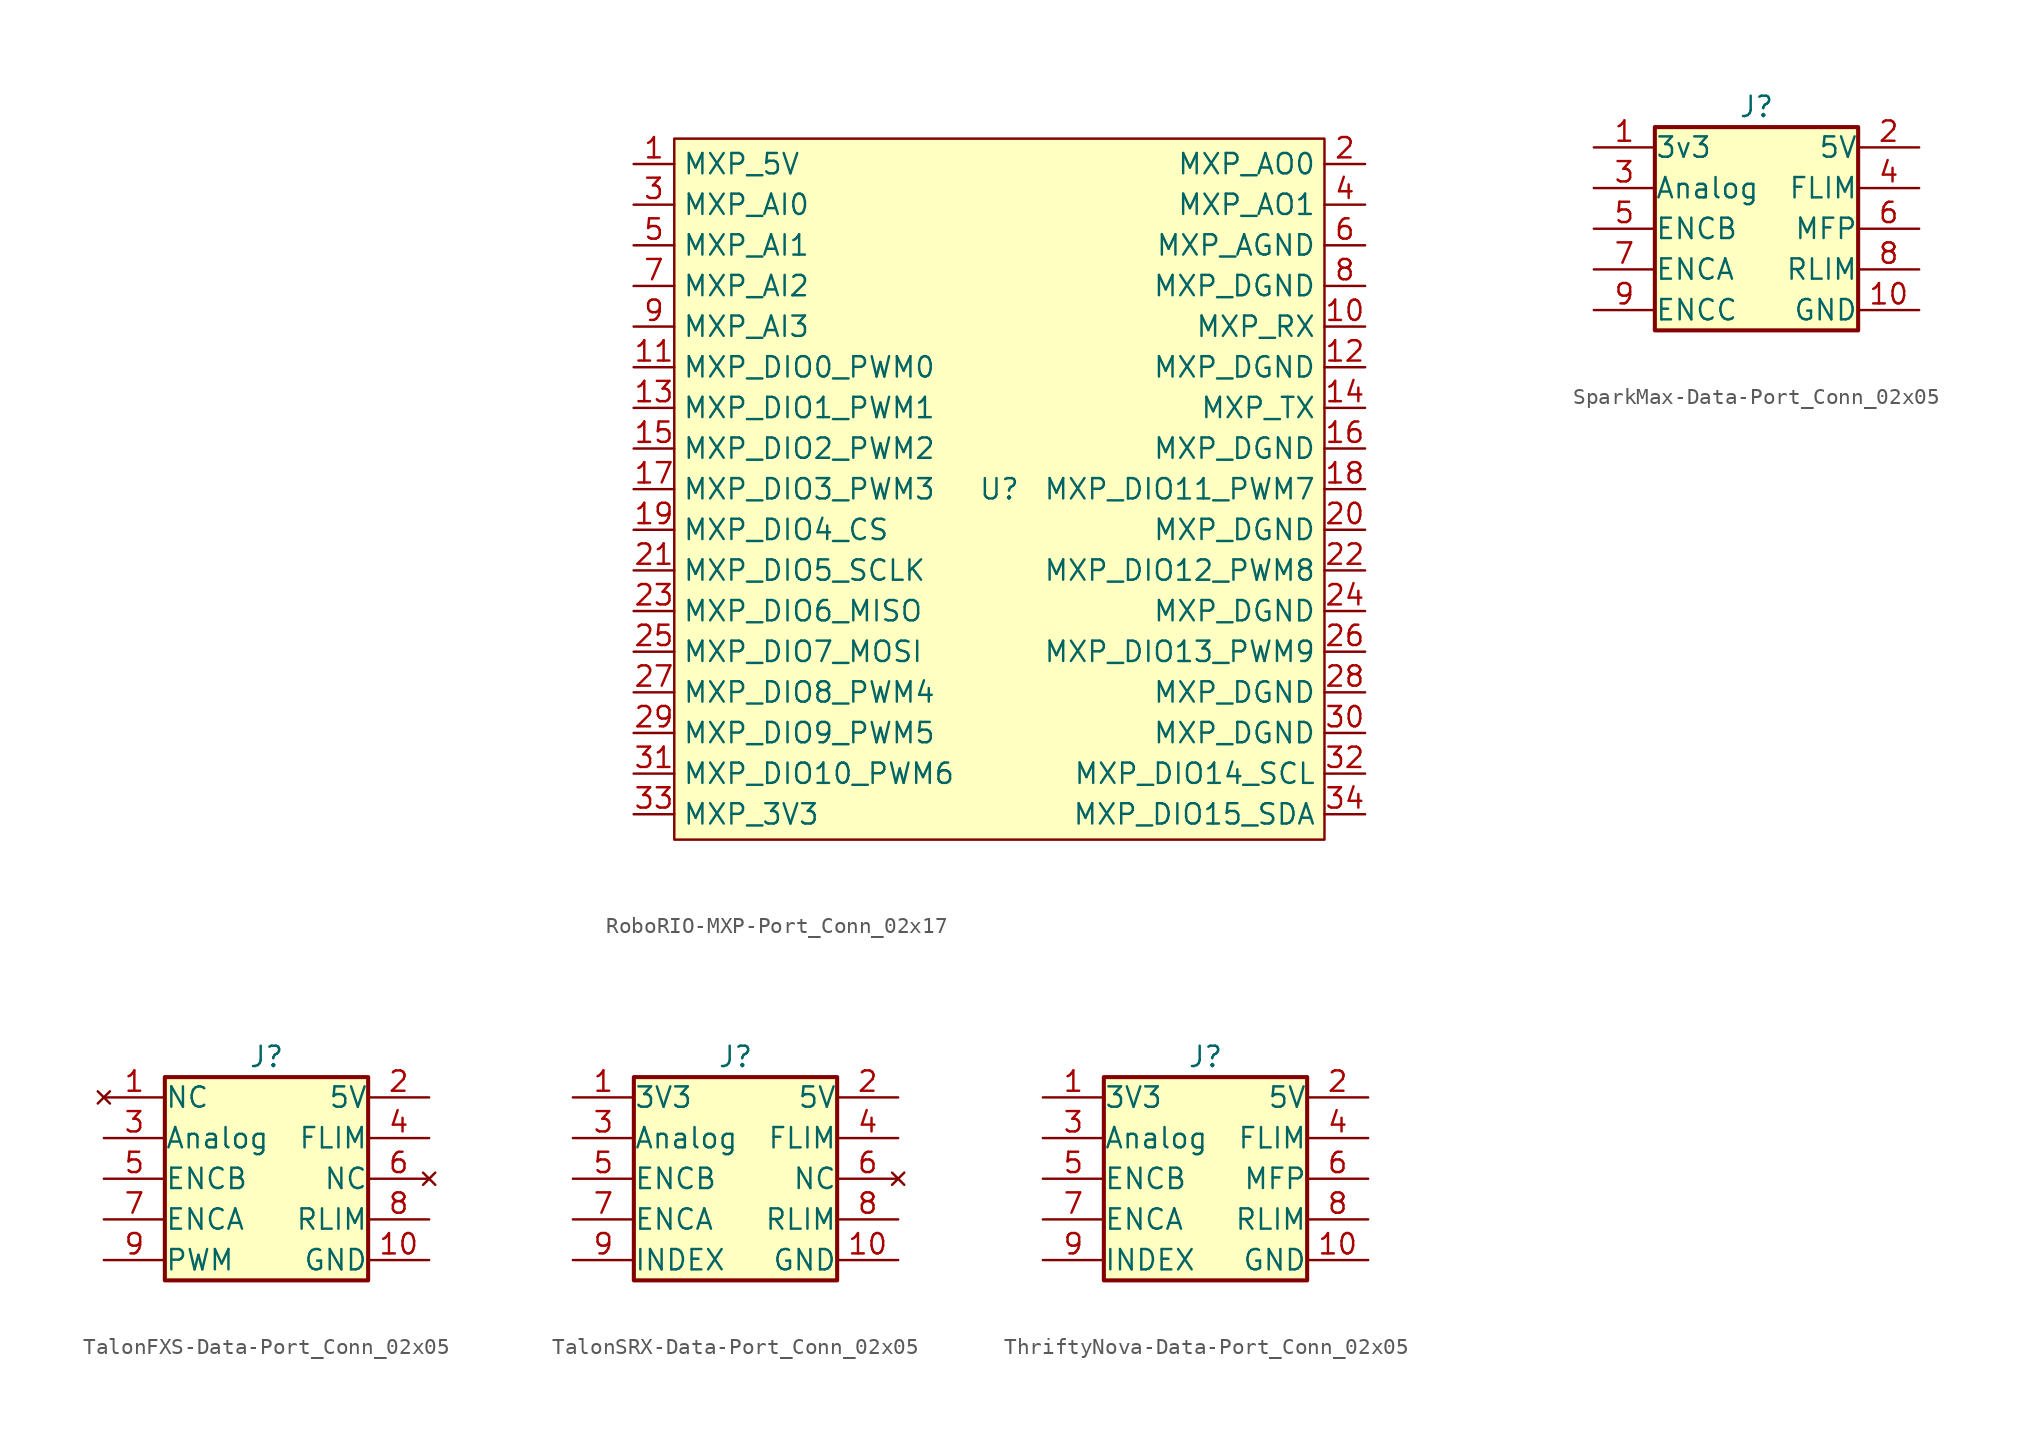
<source format=kicad_sym>
(kicad_symbol_lib
  (version 20241209)
  (generator "kicad_symbol_editor")
  (generator_version "9.0")
  (symbol "RoboRIO-MXP-Port_Conn_02x17"
    (property "Reference" "U"
      (at 0 0 0)
      (effects (font (size 1.27 1.27))))
    (property "Value" ""
      (at -50.8 -7.62 0)
      (effects (font (size 1.27 1.27))))
    (symbol "RoboRIO-MXP-Port_Conn_02x17_1_1"
      (rectangle (start -20.32 21.907) (end 20.32 -21.907) (stroke (width 0) (type default)) (fill (type background)))
      (pin power_out line (at -22.86 20.32 0) (length 2.54) (name "MXP_5V" (effects (font (size 1.27 1.27)))) (number "1" (effects (font (size 1.27 1.27)))))
      (pin input line (at -22.86 17.78 0) (length 2.54) (name "MXP_AI0" (effects (font (size 1.27 1.27)))) (number "3" (effects (font (size 1.27 1.27)))))
      (pin input line (at -22.86 15.24 0) (length 2.54) (name "MXP_AI1" (effects (font (size 1.27 1.27)))) (number "5" (effects (font (size 1.27 1.27)))))
      (pin input line (at -22.86 12.7 0) (length 2.54) (name "MXP_AI2" (effects (font (size 1.27 1.27)))) (number "7" (effects (font (size 1.27 1.27)))))
      (pin input line (at -22.86 10.16 0) (length 2.54) (name "MXP_AI3" (effects (font (size 1.27 1.27)))) (number "9" (effects (font (size 1.27 1.27)))))
      (pin tri_state line (at -22.86 7.62 0) (length 2.54) (name "MXP_DIO0_PWM0" (effects (font (size 1.27 1.27)))) (number "11" (effects (font (size 1.27 1.27)))))
      (pin tri_state line (at -22.86 5.08 0) (length 2.54) (name "MXP_DIO1_PWM1" (effects (font (size 1.27 1.27)))) (number "13" (effects (font (size 1.27 1.27)))))
      (pin tri_state line (at -22.86 2.54 0) (length 2.54) (name "MXP_DIO2_PWM2" (effects (font (size 1.27 1.27)))) (number "15" (effects (font (size 1.27 1.27)))))
      (pin tri_state line (at -22.86 0 0) (length 2.54) (name "MXP_DIO3_PWM3" (effects (font (size 1.27 1.27)))) (number "17" (effects (font (size 1.27 1.27)))))
      (pin tri_state line (at -22.86 -2.54 0) (length 2.54) (name "MXP_DIO4_CS" (effects (font (size 1.27 1.27)))) (number "19" (effects (font (size 1.27 1.27)))))
      (pin tri_state line (at -22.86 -5.08 0) (length 2.54) (name "MXP_DIO5_SCLK" (effects (font (size 1.27 1.27)))) (number "21" (effects (font (size 1.27 1.27)))))
      (pin tri_state line (at -22.86 -7.62 0) (length 2.54) (name "MXP_DIO6_MISO" (effects (font (size 1.27 1.27)))) (number "23" (effects (font (size 1.27 1.27)))))
      (pin tri_state line (at -22.86 -10.16 0) (length 2.54) (name "MXP_DIO7_MOSI" (effects (font (size 1.27 1.27)))) (number "25" (effects (font (size 1.27 1.27)))))
      (pin tri_state line (at -22.86 -12.7 0) (length 2.54) (name "MXP_DIO8_PWM4" (effects (font (size 1.27 1.27)))) (number "27" (effects (font (size 1.27 1.27)))))
      (pin tri_state line (at -22.86 -15.24 0) (length 2.54) (name "MXP_DIO9_PWM5" (effects (font (size 1.27 1.27)))) (number "29" (effects (font (size 1.27 1.27)))))
      (pin tri_state line (at -22.86 -17.78 0) (length 2.54) (name "MXP_DIO10_PWM6" (effects (font (size 1.27 1.27)))) (number "31" (effects (font (size 1.27 1.27)))))
      (pin power_out line (at -22.86 -20.32 0) (length 2.54) (name "MXP_3V3" (effects (font (size 1.27 1.27)))) (number "33" (effects (font (size 1.27 1.27)))))
      (pin output line (at 22.86 20.32 180) (length 2.54) (name "MXP_AO0" (effects (font (size 1.27 1.27)))) (number "2" (effects (font (size 1.27 1.27)))))
      (pin output line (at 22.86 17.78 180) (length 2.54) (name "MXP_AO1" (effects (font (size 1.27 1.27)))) (number "4" (effects (font (size 1.27 1.27)))))
      (pin input line (at 22.86 15.24 180) (length 2.54) (name "MXP_AGND" (effects (font (size 1.27 1.27)))) (number "6" (effects (font (size 1.27 1.27)))))
      (pin power_in line (at 22.86 12.7 180) (length 2.54) (name "MXP_DGND" (effects (font (size 1.27 1.27)))) (number "8" (effects (font (size 1.27 1.27)))))
      (pin input line (at 22.86 10.16 180) (length 2.54) (name "MXP_RX" (effects (font (size 1.27 1.27)))) (number "10" (effects (font (size 1.27 1.27)))))
      (pin power_in line (at 22.86 7.62 180) (length 2.54) (name "MXP_DGND" (effects (font (size 1.27 1.27)))) (number "12" (effects (font (size 1.27 1.27)))))
      (pin output line (at 22.86 5.08 180) (length 2.54) (name "MXP_TX" (effects (font (size 1.27 1.27)))) (number "14" (effects (font (size 1.27 1.27)))))
      (pin power_in line (at 22.86 2.54 180) (length 2.54) (name "MXP_DGND" (effects (font (size 1.27 1.27)))) (number "16" (effects (font (size 1.27 1.27)))))
      (pin tri_state line (at 22.86 0 180) (length 2.54) (name "MXP_DIO11_PWM7" (effects (font (size 1.27 1.27)))) (number "18" (effects (font (size 1.27 1.27)))))
      (pin power_in line (at 22.86 -2.54 180) (length 2.54) (name "MXP_DGND" (effects (font (size 1.27 1.27)))) (number "20" (effects (font (size 1.27 1.27)))))
      (pin tri_state line (at 22.86 -5.08 180) (length 2.54) (name "MXP_DIO12_PWM8" (effects (font (size 1.27 1.27)))) (number "22" (effects (font (size 1.27 1.27)))))
      (pin power_in line (at 22.86 -7.62 180) (length 2.54) (name "MXP_DGND" (effects (font (size 1.27 1.27)))) (number "24" (effects (font (size 1.27 1.27)))))
      (pin tri_state line (at 22.86 -10.16 180) (length 2.54) (name "MXP_DIO13_PWM9" (effects (font (size 1.27 1.27)))) (number "26" (effects (font (size 1.27 1.27)))))
      (pin power_in line (at 22.86 -12.7 180) (length 2.54) (name "MXP_DGND" (effects (font (size 1.27 1.27)))) (number "28" (effects (font (size 1.27 1.27)))))
      (pin power_in line (at 22.86 -15.24 180) (length 2.54) (name "MXP_DGND" (effects (font (size 1.27 1.27)))) (number "30" (effects (font (size 1.27 1.27)))))
      (pin tri_state line (at 22.86 -17.78 180) (length 2.54) (name "MXP_DIO14_SCL" (effects (font (size 1.27 1.27)))) (number "32" (effects (font (size 1.27 1.27)))))
      (pin tri_state line (at 22.86 -20.32 180) (length 2.54) (name "MXP_DIO15_SDA" (effects (font (size 1.27 1.27)))) (number "34" (effects (font (size 1.27 1.27)))))))
  (symbol "SparkMax-Data-Port_Conn_02x05"
    (pin_names
      (offset 0.002))
    (property "Reference" "J"
      (at 0 7.62 0)
      (effects (font (size 1.27 1.27))))
    (property "Value" ""
      (at 0 -7.62 0)
      (effects (font (size 1.27 1.27))))
    (symbol "SparkMax-Data-Port_Conn_02x05_1_1"
      (rectangle (start -6.35 6.35) (end 6.35 -6.35) (stroke (width 0.254) (type default)) (fill (type background)))
      (pin power_out line (at -10.16 5.08 0) (length 3.81) (name "3v3" (effects (font (size 1.27 1.27)))) (number "1" (effects (font (size 1.27 1.27)))))
      (pin input line (at -10.16 2.54 0) (length 3.81) (name "Analog" (effects (font (size 1.27 1.27)))) (number "3" (effects (font (size 1.27 1.27)))))
      (pin input line (at -10.16 0 0) (length 3.81) (name "ENCB" (effects (font (size 1.27 1.27)))) (number "5" (effects (font (size 1.27 1.27)))))
      (pin input line (at -10.16 -2.54 0) (length 3.81) (name "ENCA" (effects (font (size 1.27 1.27)))) (number "7" (effects (font (size 1.27 1.27)))))
      (pin input line (at -10.16 -5.08 0) (length 3.81) (name "ENCC" (effects (font (size 1.27 1.27)))) (number "9" (effects (font (size 1.27 1.27)))))
      (pin power_out line (at 10.16 5.08 180) (length 3.81) (name "5V" (effects (font (size 1.27 1.27)))) (number "2" (effects (font (size 1.27 1.27)))))
      (pin input line (at 10.16 2.54 180) (length 3.81) (name "FLIM" (effects (font (size 1.27 1.27)))) (number "4" (effects (font (size 1.27 1.27)))))
      (pin unspecified line (at 10.16 0 180) (length 3.81) (name "MFP" (effects (font (size 1.27 1.27)))) (number "6" (effects (font (size 1.27 1.27)))))
      (pin input line (at 10.16 -2.54 180) (length 3.81) (name "RLIM" (effects (font (size 1.27 1.27)))) (number "8" (effects (font (size 1.27 1.27)))))
      (pin free line (at 10.16 -5.08 180) (length 3.81) (name "GND" (effects (font (size 1.27 1.27)))) (number "10" (effects (font (size 1.27 1.27)))))))
  (symbol "TalonFXS-Data-Port_Conn_02x05"
    (pin_names
      (offset 0.002))
    (property "Reference" "J"
      (at 0 7.62 0)
      (effects (font (size 1.27 1.27))))
    (property "Value" ""
      (at 0 -7.62 0)
      (effects (font (size 1.27 1.27))))
    (symbol "TalonFXS-Data-Port_Conn_02x05_1_1"
      (rectangle (start -6.35 6.35) (end 6.35 -6.35) (stroke (width 0.254) (type default)) (fill (type background)))
      (pin no_connect line (at -10.16 5.08 0) (length 3.81) (name "NC" (effects (font (size 1.27 1.27)))) (number "1" (effects (font (size 1.27 1.27)))))
      (pin input line (at -10.16 2.54 0) (length 3.81) (name "Analog" (effects (font (size 1.27 1.27)))) (number "3" (effects (font (size 1.27 1.27)))))
      (pin input line (at -10.16 0 0) (length 3.81) (name "ENCB" (effects (font (size 1.27 1.27)))) (number "5" (effects (font (size 1.27 1.27)))))
      (pin input line (at -10.16 -2.54 0) (length 3.81) (name "ENCA" (effects (font (size 1.27 1.27)))) (number "7" (effects (font (size 1.27 1.27)))))
      (pin input line (at -10.16 -5.08 0) (length 3.81) (name "PWM" (effects (font (size 1.27 1.27)))) (number "9" (effects (font (size 1.27 1.27)))))
      (pin power_out line (at 10.16 5.08 180) (length 3.81) (name "5V" (effects (font (size 1.27 1.27)))) (number "2" (effects (font (size 1.27 1.27)))))
      (pin input line (at 10.16 2.54 180) (length 3.81) (name "FLIM" (effects (font (size 1.27 1.27)))) (number "4" (effects (font (size 1.27 1.27)))))
      (pin no_connect line (at 10.16 0 180) (length 3.81) (name "NC" (effects (font (size 1.27 1.27)))) (number "6" (effects (font (size 1.27 1.27)))))
      (pin input line (at 10.16 -2.54 180) (length 3.81) (name "RLIM" (effects (font (size 1.27 1.27)))) (number "8" (effects (font (size 1.27 1.27)))))
      (pin free line (at 10.16 -5.08 180) (length 3.81) (name "GND" (effects (font (size 1.27 1.27)))) (number "10" (effects (font (size 1.27 1.27)))))))
  (symbol "TalonSRX-Data-Port_Conn_02x05"
    (pin_names
      (offset 0.002))
    (property "Reference" "J"
      (at 0 7.62 0)
      (effects (font (size 1.27 1.27))))
    (property "Value" ""
      (at 0 -7.62 0)
      (effects (font (size 1.27 1.27))))
    (symbol "TalonSRX-Data-Port_Conn_02x05_1_1"
      (rectangle (start -6.35 6.35) (end 6.35 -6.35) (stroke (width 0.254) (type default)) (fill (type background)))
      (pin power_out line (at -10.16 5.08 0) (length 3.81) (name "3V3" (effects (font (size 1.27 1.27)))) (number "1" (effects (font (size 1.27 1.27)))))
      (pin input line (at -10.16 2.54 0) (length 3.81) (name "Analog" (effects (font (size 1.27 1.27)))) (number "3" (effects (font (size 1.27 1.27)))))
      (pin input line (at -10.16 0 0) (length 3.81) (name "ENCB" (effects (font (size 1.27 1.27)))) (number "5" (effects (font (size 1.27 1.27)))))
      (pin input line (at -10.16 -2.54 0) (length 3.81) (name "ENCA" (effects (font (size 1.27 1.27)))) (number "7" (effects (font (size 1.27 1.27)))))
      (pin input line (at -10.16 -5.08 0) (length 3.81) (name "INDEX" (effects (font (size 1.27 1.27)))) (number "9" (effects (font (size 1.27 1.27)))))
      (pin power_out line (at 10.16 5.08 180) (length 3.81) (name "5V" (effects (font (size 1.27 1.27)))) (number "2" (effects (font (size 1.27 1.27)))))
      (pin input line (at 10.16 2.54 180) (length 3.81) (name "FLIM" (effects (font (size 1.27 1.27)))) (number "4" (effects (font (size 1.27 1.27)))))
      (pin no_connect line (at 10.16 0 180) (length 3.81) (name "NC" (effects (font (size 1.27 1.27)))) (number "6" (effects (font (size 1.27 1.27)))))
      (pin input line (at 10.16 -2.54 180) (length 3.81) (name "RLIM" (effects (font (size 1.27 1.27)))) (number "8" (effects (font (size 1.27 1.27)))))
      (pin free line (at 10.16 -5.08 180) (length 3.81) (name "GND" (effects (font (size 1.27 1.27)))) (number "10" (effects (font (size 1.27 1.27)))))))
  (symbol "ThriftyNova-Data-Port_Conn_02x05"
    (pin_names
      (offset 0.002))
    (property "Reference" "J"
      (at 0 7.62 0)
      (effects (font (size 1.27 1.27))))
    (property "Value" ""
      (at 0 -7.62 0)
      (effects (font (size 1.27 1.27))))
    (symbol "ThriftyNova-Data-Port_Conn_02x05_1_1"
      (rectangle (start -6.35 6.35) (end 6.35 -6.35) (stroke (width 0.254) (type default)) (fill (type background)))
      (pin power_out line (at -10.16 5.08 0) (length 3.81) (name "3V3" (effects (font (size 1.27 1.27)))) (number "1" (effects (font (size 1.27 1.27)))))
      (pin input line (at -10.16 2.54 0) (length 3.81) (name "Analog" (effects (font (size 1.27 1.27)))) (number "3" (effects (font (size 1.27 1.27)))))
      (pin input line (at -10.16 0 0) (length 3.81) (name "ENCB" (effects (font (size 1.27 1.27)))) (number "5" (effects (font (size 1.27 1.27)))))
      (pin input line (at -10.16 -2.54 0) (length 3.81) (name "ENCA" (effects (font (size 1.27 1.27)))) (number "7" (effects (font (size 1.27 1.27)))))
      (pin input line (at -10.16 -5.08 0) (length 3.81) (name "INDEX" (effects (font (size 1.27 1.27)))) (number "9" (effects (font (size 1.27 1.27)))))
      (pin power_out line (at 10.16 5.08 180) (length 3.81) (name "5V" (effects (font (size 1.27 1.27)))) (number "2" (effects (font (size 1.27 1.27)))))
      (pin input line (at 10.16 2.54 180) (length 3.81) (name "FLIM" (effects (font (size 1.27 1.27)))) (number "4" (effects (font (size 1.27 1.27)))))
      (pin unspecified line (at 10.16 0 180) (length 3.81) (name "MFP" (effects (font (size 1.27 1.27)))) (number "6" (effects (font (size 1.27 1.27)))))
      (pin input line (at 10.16 -2.54 180) (length 3.81) (name "RLIM" (effects (font (size 1.27 1.27)))) (number "8" (effects (font (size 1.27 1.27)))))
      (pin free line (at 10.16 -5.08 180) (length 3.81) (name "GND" (effects (font (size 1.27 1.27)))) (number "10" (effects (font (size 1.27 1.27))))))))
</source>
